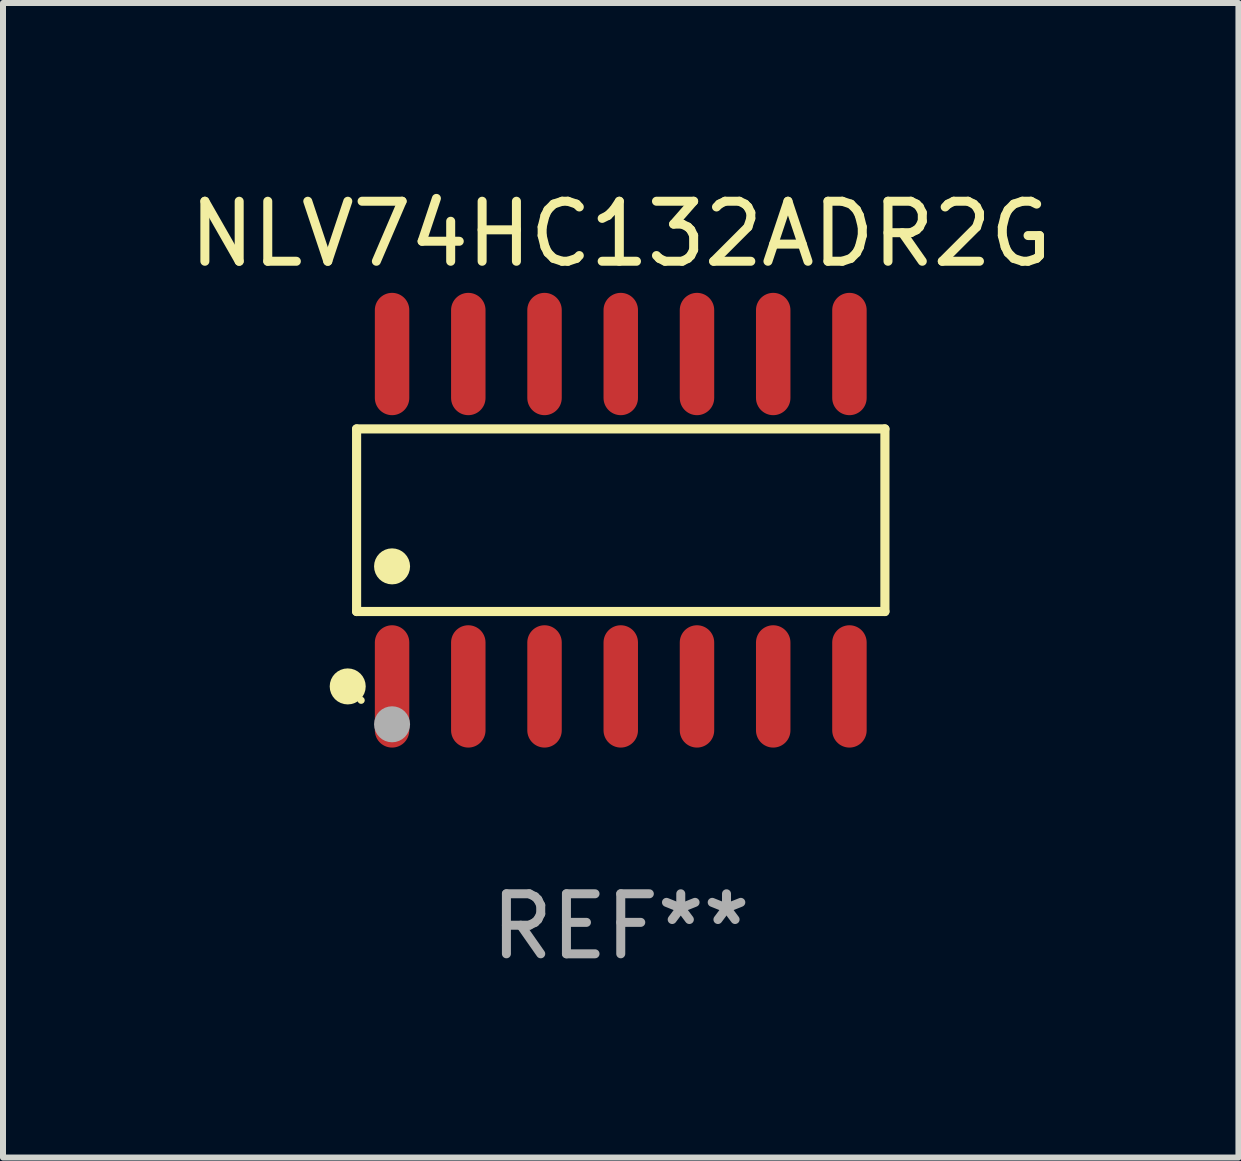
<source format=kicad_pcb>
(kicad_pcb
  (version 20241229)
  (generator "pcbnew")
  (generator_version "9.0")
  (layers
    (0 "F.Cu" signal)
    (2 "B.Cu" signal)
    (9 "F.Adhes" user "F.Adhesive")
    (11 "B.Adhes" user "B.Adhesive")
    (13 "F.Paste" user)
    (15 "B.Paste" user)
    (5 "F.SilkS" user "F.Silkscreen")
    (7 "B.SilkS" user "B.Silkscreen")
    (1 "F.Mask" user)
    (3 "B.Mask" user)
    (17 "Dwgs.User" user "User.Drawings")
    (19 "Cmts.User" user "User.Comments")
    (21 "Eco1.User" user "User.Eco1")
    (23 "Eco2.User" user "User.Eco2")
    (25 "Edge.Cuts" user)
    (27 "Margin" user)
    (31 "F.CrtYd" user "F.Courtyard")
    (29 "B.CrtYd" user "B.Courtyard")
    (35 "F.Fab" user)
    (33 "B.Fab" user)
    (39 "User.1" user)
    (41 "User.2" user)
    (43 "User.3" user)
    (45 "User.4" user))
  (footprint "NLV74HC132ADR2G"
    (layer "F.Cu")
    (at 7.292 5.617)
    (property "Reference" "NLV74HC132ADR2G" (at 0 -4.769 0) (layer "F.SilkS") (effects (font (size 1 1) (thickness 0.15))))
    (attr through_hole)
    (fp_line (start -4.401 -1.521) (end 4.401 -1.521) (stroke (width 0.152) (type solid)) (layer "F.SilkS"))
    (fp_line (start -4.401 1.521) (end -4.401 -1.521) (stroke (width 0.152) (type solid)) (layer "F.SilkS"))
    (fp_line (start 4.401 -1.521) (end 4.401 1.521) (stroke (width 0.152) (type solid)) (layer "F.SilkS"))
    (fp_line (start 4.401 1.521) (end -4.401 1.521) (stroke (width 0.152) (type solid)) (layer "F.SilkS"))
    (fp_circle (center -4.549 2.769) (end -4.399 2.769) (stroke (width 0.3) (type solid)) (fill no) (layer "F.SilkS"))
    (fp_circle (center -4.325 3) (end -4.295 3) (stroke (width 0.06) (type solid)) (fill no) (layer "F.SilkS"))
    (fp_circle (center -3.81 0.769) (end -3.66 0.769) (stroke (width 0.3) (type solid)) (fill no) (layer "F.SilkS"))
    (fp_circle (center -3.81 3.4) (end -3.66 3.4) (stroke (width 0.3) (type solid)) (fill no) (layer "F.Fab"))
    (fp_text user "REF**" (at 0 6.769 0) (layer "F.Fab") (effects (font (size 1 1) (thickness 0.15))))
    (pad "1" smd oval (at -3.81 2.769) (size 0.574 2.038) (layers "F.Cu" "F.Mask" "F.Paste"))
    (pad "2" smd oval (at -2.54 2.769) (size 0.574 2.038) (layers "F.Cu" "F.Mask" "F.Paste"))
    (pad "3" smd oval (at -1.27 2.769) (size 0.574 2.038) (layers "F.Cu" "F.Mask" "F.Paste"))
    (pad "4" smd oval (at 0 2.769) (size 0.574 2.038) (layers "F.Cu" "F.Mask" "F.Paste"))
    (pad "5" smd oval (at 1.27 2.769) (size 0.574 2.038) (layers "F.Cu" "F.Mask" "F.Paste"))
    (pad "6" smd oval (at 2.54 2.769) (size 0.574 2.038) (layers "F.Cu" "F.Mask" "F.Paste"))
    (pad "7" smd oval (at 3.81 2.769) (size 0.574 2.038) (layers "F.Cu" "F.Mask" "F.Paste"))
    (pad "8" smd oval (at 3.81 -2.769) (size 0.574 2.038) (layers "F.Cu" "F.Mask" "F.Paste"))
    (pad "9" smd oval (at 2.54 -2.769) (size 0.574 2.038) (layers "F.Cu" "F.Mask" "F.Paste"))
    (pad "10" smd oval (at 1.27 -2.769) (size 0.574 2.038) (layers "F.Cu" "F.Mask" "F.Paste"))
    (pad "11" smd oval (at 0 -2.769) (size 0.574 2.038) (layers "F.Cu" "F.Mask" "F.Paste"))
    (pad "12" smd oval (at -1.27 -2.769) (size 0.574 2.038) (layers "F.Cu" "F.Mask" "F.Paste"))
    (pad "13" smd oval (at -2.54 -2.769) (size 0.574 2.038) (layers "F.Cu" "F.Mask" "F.Paste"))
    (pad "14" smd oval (at -3.81 -2.769) (size 0.574 2.038) (layers "F.Cu" "F.Mask" "F.Paste")))
  (gr_rect
    (start -3 -3)
    (end 17.583 16.235)
    (stroke (width 0.1) (type default))
    (fill no)
    (layer "Edge.Cuts")))
</source>
